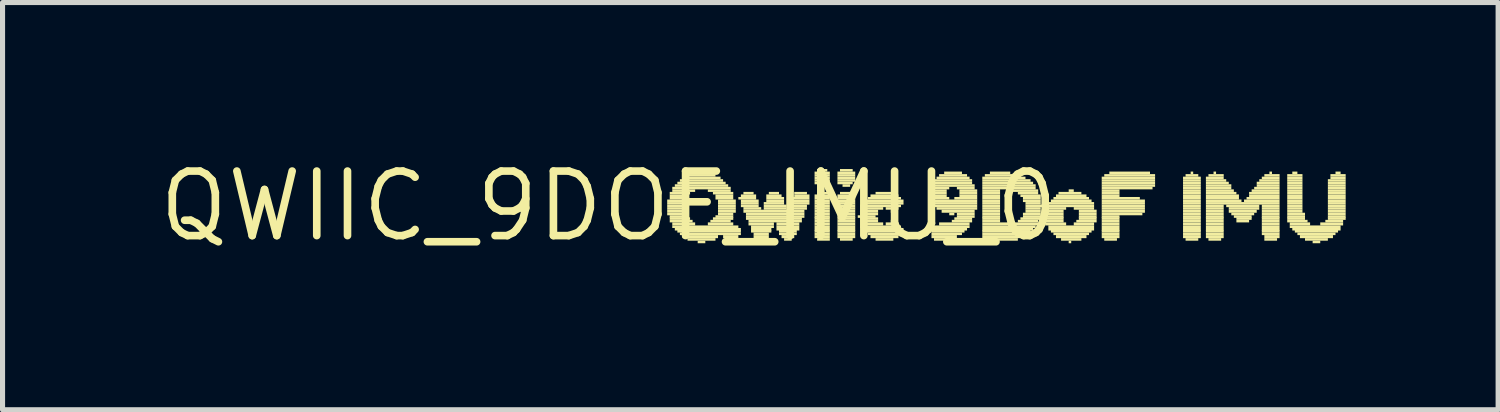
<source format=kicad_pcb>
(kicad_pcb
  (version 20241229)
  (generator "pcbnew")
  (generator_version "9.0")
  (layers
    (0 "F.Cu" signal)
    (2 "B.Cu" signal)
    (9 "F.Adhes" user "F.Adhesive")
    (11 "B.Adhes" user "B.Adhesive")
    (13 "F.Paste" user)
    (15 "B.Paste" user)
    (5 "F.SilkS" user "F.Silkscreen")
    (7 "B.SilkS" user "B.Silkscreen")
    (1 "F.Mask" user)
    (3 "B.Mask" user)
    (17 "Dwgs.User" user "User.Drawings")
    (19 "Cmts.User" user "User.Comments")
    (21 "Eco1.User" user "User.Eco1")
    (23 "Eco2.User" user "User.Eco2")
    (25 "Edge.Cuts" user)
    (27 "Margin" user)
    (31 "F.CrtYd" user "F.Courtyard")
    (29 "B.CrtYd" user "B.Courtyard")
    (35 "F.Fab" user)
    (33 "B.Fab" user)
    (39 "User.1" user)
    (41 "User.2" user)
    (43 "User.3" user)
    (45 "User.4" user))
  (footprint "QWIIC_9DOF_IMU_0"
    (layer "F.Cu")
    (at 8.928 1.006)
    (property "Reference" "QWIIC_9DOF_IMU_0" (at 0 0 0) (layer "F.SilkS") (effects (font (size 1.27 1.27) (thickness 0.15))))
    (attr through_hole)
    (fp_poly (pts (xy 1.15 -0.08) (xy 1.5 -0.08) (xy 1.5 -0.13) (xy 1.15 -0.13)) (stroke (width 0) (type solid)) (fill yes) (layer "F.SilkS"))
    (fp_poly (pts (xy 1.15 -0.03) (xy 1.5 -0.03) (xy 1.5 -0.08) (xy 1.15 -0.08)) (stroke (width 0) (type solid)) (fill yes) (layer "F.SilkS"))
    (fp_poly (pts (xy 1.15 0.02) (xy 1.5 0.02) (xy 1.5 -0.03) (xy 1.15 -0.03)) (stroke (width 0) (type solid)) (fill yes) (layer "F.SilkS"))
    (fp_poly (pts (xy 1.15 0.07) (xy 1.5 0.07) (xy 1.5 0.02) (xy 1.15 0.02)) (stroke (width 0) (type solid)) (fill yes) (layer "F.SilkS"))
    (fp_poly (pts (xy 1.15 0.13) (xy 1.5 0.13) (xy 1.5 0.07) (xy 1.15 0.07)) (stroke (width 0) (type solid)) (fill yes) (layer "F.SilkS"))
    (fp_poly (pts (xy 1.15 0.18) (xy 1.5 0.18) (xy 1.5 0.13) (xy 1.15 0.13)) (stroke (width 0) (type solid)) (fill yes) (layer "F.SilkS"))
    (fp_poly (pts (xy 1.2 -0.23) (xy 1.6 -0.23) (xy 1.6 -0.28) (xy 1.2 -0.28)) (stroke (width 0) (type solid)) (fill yes) (layer "F.SilkS"))
    (fp_poly (pts (xy 1.2 -0.18) (xy 1.55 -0.18) (xy 1.55 -0.23) (xy 1.2 -0.23)) (stroke (width 0) (type solid)) (fill yes) (layer "F.SilkS"))
    (fp_poly (pts (xy 1.2 -0.13) (xy 1.55 -0.13) (xy 1.55 -0.18) (xy 1.2 -0.18)) (stroke (width 0) (type solid)) (fill yes) (layer "F.SilkS"))
    (fp_poly (pts (xy 1.2 0.23) (xy 1.55 0.23) (xy 1.55 0.18) (xy 1.2 0.18)) (stroke (width 0) (type solid)) (fill yes) (layer "F.SilkS"))
    (fp_poly (pts (xy 1.2 0.27) (xy 1.6 0.27) (xy 1.6 0.22) (xy 1.2 0.22)) (stroke (width 0) (type solid)) (fill yes) (layer "F.SilkS"))
    (fp_poly (pts (xy 1.2 0.32) (xy 1.65 0.32) (xy 1.65 0.27) (xy 1.2 0.27)) (stroke (width 0) (type solid)) (fill yes) (layer "F.SilkS"))
    (fp_poly (pts (xy 1.25 -0.33) (xy 2.4 -0.33) (xy 2.4 -0.38) (xy 1.25 -0.38)) (stroke (width 0) (type solid)) (fill yes) (layer "F.SilkS"))
    (fp_poly (pts (xy 1.25 -0.28) (xy 1.7 -0.28) (xy 1.7 -0.33) (xy 1.25 -0.33)) (stroke (width 0) (type solid)) (fill yes) (layer "F.SilkS"))
    (fp_poly (pts (xy 1.25 0.38) (xy 1.7 0.38) (xy 1.7 0.32) (xy 1.25 0.32)) (stroke (width 0) (type solid)) (fill yes) (layer "F.SilkS"))
    (fp_poly (pts (xy 1.25 0.43) (xy 2.55 0.43) (xy 2.55 0.38) (xy 1.25 0.38)) (stroke (width 0) (type solid)) (fill yes) (layer "F.SilkS"))
    (fp_poly (pts (xy 1.3 -0.38) (xy 2.35 -0.38) (xy 2.35 -0.43) (xy 1.3 -0.43)) (stroke (width 0) (type solid)) (fill yes) (layer "F.SilkS"))
    (fp_poly (pts (xy 1.3 0.48) (xy 2.6 0.48) (xy 2.6 0.43) (xy 1.3 0.43)) (stroke (width 0) (type solid)) (fill yes) (layer "F.SilkS"))
    (fp_poly (pts (xy 1.35 -0.43) (xy 2.3 -0.43) (xy 2.3 -0.48) (xy 1.35 -0.48)) (stroke (width 0) (type solid)) (fill yes) (layer "F.SilkS"))
    (fp_poly (pts (xy 1.35 0.52) (xy 2.6 0.52) (xy 2.6 0.47) (xy 1.35 0.47)) (stroke (width 0) (type solid)) (fill yes) (layer "F.SilkS"))
    (fp_poly (pts (xy 1.4 -0.48) (xy 2.25 -0.48) (xy 2.25 -0.53) (xy 1.4 -0.53)) (stroke (width 0) (type solid)) (fill yes) (layer "F.SilkS"))
    (fp_poly (pts (xy 1.4 0.57) (xy 2.6 0.57) (xy 2.6 0.52) (xy 1.4 0.52)) (stroke (width 0) (type solid)) (fill yes) (layer "F.SilkS"))
    (fp_poly (pts (xy 1.45 -0.53) (xy 2.2 -0.53) (xy 2.2 -0.58) (xy 1.45 -0.58)) (stroke (width 0) (type solid)) (fill yes) (layer "F.SilkS"))
    (fp_poly (pts (xy 1.45 0.63) (xy 2.15 0.63) (xy 2.15 0.57) (xy 1.45 0.57)) (stroke (width 0) (type solid)) (fill yes) (layer "F.SilkS"))
    (fp_poly (pts (xy 1.55 -0.58) (xy 2.1 -0.58) (xy 2.1 -0.63) (xy 1.55 -0.63)) (stroke (width 0) (type solid)) (fill yes) (layer "F.SilkS"))
    (fp_poly (pts (xy 1.55 0.68) (xy 2.1 0.68) (xy 2.1 0.63) (xy 1.55 0.63)) (stroke (width 0) (type solid)) (fill yes) (layer "F.SilkS"))
    (fp_poly (pts (xy 1.65 -0.63) (xy 1.95 -0.63) (xy 1.95 -0.68) (xy 1.65 -0.68)) (stroke (width 0) (type solid)) (fill yes) (layer "F.SilkS"))
    (fp_poly (pts (xy 1.75 0.73) (xy 1.9 0.73) (xy 1.9 0.68) (xy 1.75 0.68)) (stroke (width 0) (type solid)) (fill yes) (layer "F.SilkS"))
    (fp_poly (pts (xy 1.95 -0.28) (xy 2.4 -0.28) (xy 2.4 -0.33) (xy 1.95 -0.33)) (stroke (width 0) (type solid)) (fill yes) (layer "F.SilkS"))
    (fp_poly (pts (xy 1.95 0.38) (xy 2.45 0.38) (xy 2.45 0.32) (xy 1.95 0.32)) (stroke (width 0) (type solid)) (fill yes) (layer "F.SilkS"))
    (fp_poly (pts (xy 2 0.32) (xy 2.4 0.32) (xy 2.4 0.27) (xy 2 0.27)) (stroke (width 0) (type solid)) (fill yes) (layer "F.SilkS"))
    (fp_poly (pts (xy 2.05 -0.23) (xy 2.45 -0.23) (xy 2.45 -0.28) (xy 2.05 -0.28)) (stroke (width 0) (type solid)) (fill yes) (layer "F.SilkS"))
    (fp_poly (pts (xy 2.05 0.27) (xy 2.45 0.27) (xy 2.45 0.22) (xy 2.05 0.22)) (stroke (width 0) (type solid)) (fill yes) (layer "F.SilkS"))
    (fp_poly (pts (xy 2.1 -0.18) (xy 2.45 -0.18) (xy 2.45 -0.23) (xy 2.1 -0.23)) (stroke (width 0) (type solid)) (fill yes) (layer "F.SilkS"))
    (fp_poly (pts (xy 2.1 -0.13) (xy 2.45 -0.13) (xy 2.45 -0.18) (xy 2.1 -0.18)) (stroke (width 0) (type solid)) (fill yes) (layer "F.SilkS"))
    (fp_poly (pts (xy 2.1 0.23) (xy 2.45 0.23) (xy 2.45 0.18) (xy 2.1 0.18)) (stroke (width 0) (type solid)) (fill yes) (layer "F.SilkS"))
    (fp_poly (pts (xy 2.15 -0.08) (xy 2.5 -0.08) (xy 2.5 -0.13) (xy 2.15 -0.13)) (stroke (width 0) (type solid)) (fill yes) (layer "F.SilkS"))
    (fp_poly (pts (xy 2.15 -0.03) (xy 2.5 -0.03) (xy 2.5 -0.08) (xy 2.15 -0.08)) (stroke (width 0) (type solid)) (fill yes) (layer "F.SilkS"))
    (fp_poly (pts (xy 2.15 0.02) (xy 2.5 0.02) (xy 2.5 -0.03) (xy 2.15 -0.03)) (stroke (width 0) (type solid)) (fill yes) (layer "F.SilkS"))
    (fp_poly (pts (xy 2.15 0.07) (xy 2.5 0.07) (xy 2.5 0.02) (xy 2.15 0.02)) (stroke (width 0) (type solid)) (fill yes) (layer "F.SilkS"))
    (fp_poly (pts (xy 2.15 0.13) (xy 2.5 0.13) (xy 2.5 0.07) (xy 2.15 0.07)) (stroke (width 0) (type solid)) (fill yes) (layer "F.SilkS"))
    (fp_poly (pts (xy 2.15 0.18) (xy 2.45 0.18) (xy 2.45 0.13) (xy 2.15 0.13)) (stroke (width 0) (type solid)) (fill yes) (layer "F.SilkS"))
    (fp_poly (pts (xy 2.25 0.63) (xy 2.55 0.63) (xy 2.55 0.57) (xy 2.25 0.57)) (stroke (width 0) (type solid)) (fill yes) (layer "F.SilkS"))
    (fp_poly (pts (xy 2.3 0.68) (xy 2.5 0.68) (xy 2.5 0.63) (xy 2.3 0.63)) (stroke (width 0) (type solid)) (fill yes) (layer "F.SilkS"))
    (fp_poly (pts (xy 2.55 -0.13) (xy 2.9 -0.13) (xy 2.9 -0.18) (xy 2.55 -0.18)) (stroke (width 0) (type solid)) (fill yes) (layer "F.SilkS"))
    (fp_poly (pts (xy 2.6 -0.18) (xy 2.9 -0.18) (xy 2.9 -0.23) (xy 2.6 -0.23)) (stroke (width 0) (type solid)) (fill yes) (layer "F.SilkS"))
    (fp_poly (pts (xy 2.6 -0.08) (xy 2.95 -0.08) (xy 2.95 -0.13) (xy 2.6 -0.13)) (stroke (width 0) (type solid)) (fill yes) (layer "F.SilkS"))
    (fp_poly (pts (xy 2.6 -0.03) (xy 2.95 -0.03) (xy 2.95 -0.08) (xy 2.6 -0.08)) (stroke (width 0) (type solid)) (fill yes) (layer "F.SilkS"))
    (fp_poly (pts (xy 2.6 0.02) (xy 2.95 0.02) (xy 2.95 -0.03) (xy 2.6 -0.03)) (stroke (width 0) (type solid)) (fill yes) (layer "F.SilkS"))
    (fp_poly (pts (xy 2.65 -0.23) (xy 2.85 -0.23) (xy 2.85 -0.28) (xy 2.65 -0.28)) (stroke (width 0) (type solid)) (fill yes) (layer "F.SilkS"))
    (fp_poly (pts (xy 2.65 0.07) (xy 3 0.07) (xy 3 0.02) (xy 2.65 0.02)) (stroke (width 0) (type solid)) (fill yes) (layer "F.SilkS"))
    (fp_poly (pts (xy 2.65 0.13) (xy 3.85 0.13) (xy 3.85 0.07) (xy 2.65 0.07)) (stroke (width 0) (type solid)) (fill yes) (layer "F.SilkS"))
    (fp_poly (pts (xy 2.7 0.18) (xy 3.85 0.18) (xy 3.85 0.13) (xy 2.7 0.13)) (stroke (width 0) (type solid)) (fill yes) (layer "F.SilkS"))
    (fp_poly (pts (xy 2.7 0.23) (xy 3.85 0.23) (xy 3.85 0.18) (xy 2.7 0.18)) (stroke (width 0) (type solid)) (fill yes) (layer "F.SilkS"))
    (fp_poly (pts (xy 2.7 0.27) (xy 3.8 0.27) (xy 3.8 0.22) (xy 2.7 0.22)) (stroke (width 0) (type solid)) (fill yes) (layer "F.SilkS"))
    (fp_poly (pts (xy 2.75 0.32) (xy 3.8 0.32) (xy 3.8 0.27) (xy 2.75 0.27)) (stroke (width 0) (type solid)) (fill yes) (layer "F.SilkS"))
    (fp_poly (pts (xy 2.75 0.38) (xy 3.25 0.38) (xy 3.25 0.32) (xy 2.75 0.32)) (stroke (width 0) (type solid)) (fill yes) (layer "F.SilkS"))
    (fp_poly (pts (xy 2.8 0.43) (xy 3.25 0.43) (xy 3.25 0.38) (xy 2.8 0.38)) (stroke (width 0) (type solid)) (fill yes) (layer "F.SilkS"))
    (fp_poly (pts (xy 2.8 0.48) (xy 3.2 0.48) (xy 3.2 0.43) (xy 2.8 0.43)) (stroke (width 0) (type solid)) (fill yes) (layer "F.SilkS"))
    (fp_poly (pts (xy 2.8 0.52) (xy 3.2 0.52) (xy 3.2 0.47) (xy 2.8 0.47)) (stroke (width 0) (type solid)) (fill yes) (layer "F.SilkS"))
    (fp_poly (pts (xy 2.85 0.57) (xy 3.15 0.57) (xy 3.15 0.52) (xy 2.85 0.52)) (stroke (width 0) (type solid)) (fill yes) (layer "F.SilkS"))
    (fp_poly (pts (xy 2.85 0.63) (xy 3.15 0.63) (xy 3.15 0.57) (xy 2.85 0.57)) (stroke (width 0) (type solid)) (fill yes) (layer "F.SilkS"))
    (fp_poly (pts (xy 2.9 0.68) (xy 3.1 0.68) (xy 3.1 0.63) (xy 2.9 0.63)) (stroke (width 0) (type solid)) (fill yes) (layer "F.SilkS"))
    (fp_poly (pts (xy 3.05 -0.03) (xy 3.45 -0.03) (xy 3.45 -0.08) (xy 3.05 -0.08)) (stroke (width 0) (type solid)) (fill yes) (layer "F.SilkS"))
    (fp_poly (pts (xy 3.05 0.02) (xy 3.5 0.02) (xy 3.5 -0.03) (xy 3.05 -0.03)) (stroke (width 0) (type solid)) (fill yes) (layer "F.SilkS"))
    (fp_poly (pts (xy 3.05 0.07) (xy 3.5 0.07) (xy 3.5 0.02) (xy 3.05 0.02)) (stroke (width 0) (type solid)) (fill yes) (layer "F.SilkS"))
    (fp_poly (pts (xy 3.1 -0.18) (xy 3.4 -0.18) (xy 3.4 -0.23) (xy 3.1 -0.23)) (stroke (width 0) (type solid)) (fill yes) (layer "F.SilkS"))
    (fp_poly (pts (xy 3.1 -0.13) (xy 3.45 -0.13) (xy 3.45 -0.18) (xy 3.1 -0.18)) (stroke (width 0) (type solid)) (fill yes) (layer "F.SilkS"))
    (fp_poly (pts (xy 3.1 -0.08) (xy 3.45 -0.08) (xy 3.45 -0.13) (xy 3.1 -0.13)) (stroke (width 0) (type solid)) (fill yes) (layer "F.SilkS"))
    (fp_poly (pts (xy 3.15 -0.23) (xy 3.35 -0.23) (xy 3.35 -0.28) (xy 3.15 -0.28)) (stroke (width 0) (type solid)) (fill yes) (layer "F.SilkS"))
    (fp_poly (pts (xy 3.3 0.38) (xy 3.75 0.38) (xy 3.75 0.32) (xy 3.3 0.32)) (stroke (width 0) (type solid)) (fill yes) (layer "F.SilkS"))
    (fp_poly (pts (xy 3.3 0.43) (xy 3.75 0.43) (xy 3.75 0.38) (xy 3.3 0.38)) (stroke (width 0) (type solid)) (fill yes) (layer "F.SilkS"))
    (fp_poly (pts (xy 3.3 0.48) (xy 3.75 0.48) (xy 3.75 0.43) (xy 3.3 0.43)) (stroke (width 0) (type solid)) (fill yes) (layer "F.SilkS"))
    (fp_poly (pts (xy 3.35 0.52) (xy 3.7 0.52) (xy 3.7 0.47) (xy 3.35 0.47)) (stroke (width 0) (type solid)) (fill yes) (layer "F.SilkS"))
    (fp_poly (pts (xy 3.35 0.57) (xy 3.7 0.57) (xy 3.7 0.52) (xy 3.35 0.52)) (stroke (width 0) (type solid)) (fill yes) (layer "F.SilkS"))
    (fp_poly (pts (xy 3.4 0.63) (xy 3.65 0.63) (xy 3.65 0.57) (xy 3.4 0.57)) (stroke (width 0) (type solid)) (fill yes) (layer "F.SilkS"))
    (fp_poly (pts (xy 3.45 0.68) (xy 3.6 0.68) (xy 3.6 0.63) (xy 3.45 0.63)) (stroke (width 0) (type solid)) (fill yes) (layer "F.SilkS"))
    (fp_poly (pts (xy 3.55 0.02) (xy 3.9 0.02) (xy 3.9 -0.03) (xy 3.55 -0.03)) (stroke (width 0) (type solid)) (fill yes) (layer "F.SilkS"))
    (fp_poly (pts (xy 3.55 0.07) (xy 3.9 0.07) (xy 3.9 0.02) (xy 3.55 0.02)) (stroke (width 0) (type solid)) (fill yes) (layer "F.SilkS"))
    (fp_poly (pts (xy 3.6 -0.13) (xy 3.95 -0.13) (xy 3.95 -0.18) (xy 3.6 -0.18)) (stroke (width 0) (type solid)) (fill yes) (layer "F.SilkS"))
    (fp_poly (pts (xy 3.6 -0.08) (xy 3.95 -0.08) (xy 3.95 -0.13) (xy 3.6 -0.13)) (stroke (width 0) (type solid)) (fill yes) (layer "F.SilkS"))
    (fp_poly (pts (xy 3.6 -0.03) (xy 3.95 -0.03) (xy 3.95 -0.08) (xy 3.6 -0.08)) (stroke (width 0) (type solid)) (fill yes) (layer "F.SilkS"))
    (fp_poly (pts (xy 3.65 -0.23) (xy 3.9 -0.23) (xy 3.9 -0.28) (xy 3.65 -0.28)) (stroke (width 0) (type solid)) (fill yes) (layer "F.SilkS"))
    (fp_poly (pts (xy 3.65 -0.18) (xy 3.95 -0.18) (xy 3.95 -0.23) (xy 3.65 -0.23)) (stroke (width 0) (type solid)) (fill yes) (layer "F.SilkS"))
    (fp_poly (pts (xy 4.05 -0.63) (xy 4.35 -0.63) (xy 4.35 -0.68) (xy 4.05 -0.68)) (stroke (width 0) (type solid)) (fill yes) (layer "F.SilkS"))
    (fp_poly (pts (xy 4.05 -0.58) (xy 4.35 -0.58) (xy 4.35 -0.63) (xy 4.05 -0.63)) (stroke (width 0) (type solid)) (fill yes) (layer "F.SilkS"))
    (fp_poly (pts (xy 4.05 -0.53) (xy 4.35 -0.53) (xy 4.35 -0.58) (xy 4.05 -0.58)) (stroke (width 0) (type solid)) (fill yes) (layer "F.SilkS"))
    (fp_poly (pts (xy 4.05 -0.48) (xy 4.35 -0.48) (xy 4.35 -0.53) (xy 4.05 -0.53)) (stroke (width 0) (type solid)) (fill yes) (layer "F.SilkS"))
    (fp_poly (pts (xy 4.05 -0.43) (xy 4.35 -0.43) (xy 4.35 -0.48) (xy 4.05 -0.48)) (stroke (width 0) (type solid)) (fill yes) (layer "F.SilkS"))
    (fp_poly (pts (xy 4.05 -0.18) (xy 4.35 -0.18) (xy 4.35 -0.23) (xy 4.05 -0.23)) (stroke (width 0) (type solid)) (fill yes) (layer "F.SilkS"))
    (fp_poly (pts (xy 4.05 -0.13) (xy 4.35 -0.13) (xy 4.35 -0.18) (xy 4.05 -0.18)) (stroke (width 0) (type solid)) (fill yes) (layer "F.SilkS"))
    (fp_poly (pts (xy 4.05 -0.08) (xy 4.35 -0.08) (xy 4.35 -0.13) (xy 4.05 -0.13)) (stroke (width 0) (type solid)) (fill yes) (layer "F.SilkS"))
    (fp_poly (pts (xy 4.05 -0.03) (xy 4.35 -0.03) (xy 4.35 -0.08) (xy 4.05 -0.08)) (stroke (width 0) (type solid)) (fill yes) (layer "F.SilkS"))
    (fp_poly (pts (xy 4.05 0.02) (xy 4.35 0.02) (xy 4.35 -0.03) (xy 4.05 -0.03)) (stroke (width 0) (type solid)) (fill yes) (layer "F.SilkS"))
    (fp_poly (pts (xy 4.05 0.07) (xy 4.35 0.07) (xy 4.35 0.02) (xy 4.05 0.02)) (stroke (width 0) (type solid)) (fill yes) (layer "F.SilkS"))
    (fp_poly (pts (xy 4.05 0.13) (xy 4.35 0.13) (xy 4.35 0.07) (xy 4.05 0.07)) (stroke (width 0) (type solid)) (fill yes) (layer "F.SilkS"))
    (fp_poly (pts (xy 4.05 0.18) (xy 4.35 0.18) (xy 4.35 0.13) (xy 4.05 0.13)) (stroke (width 0) (type solid)) (fill yes) (layer "F.SilkS"))
    (fp_poly (pts (xy 4.05 0.23) (xy 4.35 0.23) (xy 4.35 0.18) (xy 4.05 0.18)) (stroke (width 0) (type solid)) (fill yes) (layer "F.SilkS"))
    (fp_poly (pts (xy 4.05 0.27) (xy 4.35 0.27) (xy 4.35 0.22) (xy 4.05 0.22)) (stroke (width 0) (type solid)) (fill yes) (layer "F.SilkS"))
    (fp_poly (pts (xy 4.05 0.32) (xy 4.35 0.32) (xy 4.35 0.27) (xy 4.05 0.27)) (stroke (width 0) (type solid)) (fill yes) (layer "F.SilkS"))
    (fp_poly (pts (xy 4.05 0.38) (xy 4.35 0.38) (xy 4.35 0.32) (xy 4.05 0.32)) (stroke (width 0) (type solid)) (fill yes) (layer "F.SilkS"))
    (fp_poly (pts (xy 4.05 0.43) (xy 4.35 0.43) (xy 4.35 0.38) (xy 4.05 0.38)) (stroke (width 0) (type solid)) (fill yes) (layer "F.SilkS"))
    (fp_poly (pts (xy 4.05 0.48) (xy 4.35 0.48) (xy 4.35 0.43) (xy 4.05 0.43)) (stroke (width 0) (type solid)) (fill yes) (layer "F.SilkS"))
    (fp_poly (pts (xy 4.05 0.52) (xy 4.35 0.52) (xy 4.35 0.47) (xy 4.05 0.47)) (stroke (width 0) (type solid)) (fill yes) (layer "F.SilkS"))
    (fp_poly (pts (xy 4.05 0.57) (xy 4.35 0.57) (xy 4.35 0.52) (xy 4.05 0.52)) (stroke (width 0) (type solid)) (fill yes) (layer "F.SilkS"))
    (fp_poly (pts (xy 4.05 0.63) (xy 4.35 0.63) (xy 4.35 0.57) (xy 4.05 0.57)) (stroke (width 0) (type solid)) (fill yes) (layer "F.SilkS"))
    (fp_poly (pts (xy 4.1 -0.68) (xy 4.3 -0.68) (xy 4.3 -0.73) (xy 4.1 -0.73)) (stroke (width 0) (type solid)) (fill yes) (layer "F.SilkS"))
    (fp_poly (pts (xy 4.1 -0.23) (xy 4.35 -0.23) (xy 4.35 -0.28) (xy 4.1 -0.28)) (stroke (width 0) (type solid)) (fill yes) (layer "F.SilkS"))
    (fp_poly (pts (xy 4.1 0.68) (xy 4.35 0.68) (xy 4.35 0.63) (xy 4.1 0.63)) (stroke (width 0) (type solid)) (fill yes) (layer "F.SilkS"))
    (fp_poly (pts (xy 4.15 -0.38) (xy 4.25 -0.38) (xy 4.25 -0.43) (xy 4.15 -0.43)) (stroke (width 0) (type solid)) (fill yes) (layer "F.SilkS"))
    (fp_poly (pts (xy 4.5 -0.63) (xy 4.85 -0.63) (xy 4.85 -0.68) (xy 4.5 -0.68)) (stroke (width 0) (type solid)) (fill yes) (layer "F.SilkS"))
    (fp_poly (pts (xy 4.5 -0.58) (xy 4.85 -0.58) (xy 4.85 -0.63) (xy 4.5 -0.63)) (stroke (width 0) (type solid)) (fill yes) (layer "F.SilkS"))
    (fp_poly (pts (xy 4.5 -0.53) (xy 4.85 -0.53) (xy 4.85 -0.58) (xy 4.5 -0.58)) (stroke (width 0) (type solid)) (fill yes) (layer "F.SilkS"))
    (fp_poly (pts (xy 4.5 -0.48) (xy 4.85 -0.48) (xy 4.85 -0.53) (xy 4.5 -0.53)) (stroke (width 0) (type solid)) (fill yes) (layer "F.SilkS"))
    (fp_poly (pts (xy 4.5 -0.43) (xy 4.8 -0.43) (xy 4.8 -0.48) (xy 4.5 -0.48)) (stroke (width 0) (type solid)) (fill yes) (layer "F.SilkS"))
    (fp_poly (pts (xy 4.5 -0.18) (xy 4.85 -0.18) (xy 4.85 -0.23) (xy 4.5 -0.23)) (stroke (width 0) (type solid)) (fill yes) (layer "F.SilkS"))
    (fp_poly (pts (xy 4.5 -0.13) (xy 4.85 -0.13) (xy 4.85 -0.18) (xy 4.5 -0.18)) (stroke (width 0) (type solid)) (fill yes) (layer "F.SilkS"))
    (fp_poly (pts (xy 4.5 -0.08) (xy 4.85 -0.08) (xy 4.85 -0.13) (xy 4.5 -0.13)) (stroke (width 0) (type solid)) (fill yes) (layer "F.SilkS"))
    (fp_poly (pts (xy 4.5 -0.03) (xy 4.85 -0.03) (xy 4.85 -0.08) (xy 4.5 -0.08)) (stroke (width 0) (type solid)) (fill yes) (layer "F.SilkS"))
    (fp_poly (pts (xy 4.5 0.02) (xy 4.85 0.02) (xy 4.85 -0.03) (xy 4.5 -0.03)) (stroke (width 0) (type solid)) (fill yes) (layer "F.SilkS"))
    (fp_poly (pts (xy 4.5 0.07) (xy 4.85 0.07) (xy 4.85 0.02) (xy 4.5 0.02)) (stroke (width 0) (type solid)) (fill yes) (layer "F.SilkS"))
    (fp_poly (pts (xy 4.5 0.13) (xy 4.85 0.13) (xy 4.85 0.07) (xy 4.5 0.07)) (stroke (width 0) (type solid)) (fill yes) (layer "F.SilkS"))
    (fp_poly (pts (xy 4.5 0.18) (xy 4.85 0.18) (xy 4.85 0.13) (xy 4.5 0.13)) (stroke (width 0) (type solid)) (fill yes) (layer "F.SilkS"))
    (fp_poly (pts (xy 4.5 0.23) (xy 4.85 0.23) (xy 4.85 0.18) (xy 4.5 0.18)) (stroke (width 0) (type solid)) (fill yes) (layer "F.SilkS"))
    (fp_poly (pts (xy 4.5 0.27) (xy 4.85 0.27) (xy 4.85 0.22) (xy 4.5 0.22)) (stroke (width 0) (type solid)) (fill yes) (layer "F.SilkS"))
    (fp_poly (pts (xy 4.5 0.32) (xy 4.85 0.32) (xy 4.85 0.27) (xy 4.5 0.27)) (stroke (width 0) (type solid)) (fill yes) (layer "F.SilkS"))
    (fp_poly (pts (xy 4.5 0.38) (xy 4.85 0.38) (xy 4.85 0.32) (xy 4.5 0.32)) (stroke (width 0) (type solid)) (fill yes) (layer "F.SilkS"))
    (fp_poly (pts (xy 4.5 0.43) (xy 4.85 0.43) (xy 4.85 0.38) (xy 4.5 0.38)) (stroke (width 0) (type solid)) (fill yes) (layer "F.SilkS"))
    (fp_poly (pts (xy 4.5 0.48) (xy 4.85 0.48) (xy 4.85 0.43) (xy 4.5 0.43)) (stroke (width 0) (type solid)) (fill yes) (layer "F.SilkS"))
    (fp_poly (pts (xy 4.5 0.52) (xy 4.85 0.52) (xy 4.85 0.47) (xy 4.5 0.47)) (stroke (width 0) (type solid)) (fill yes) (layer "F.SilkS"))
    (fp_poly (pts (xy 4.5 0.57) (xy 4.85 0.57) (xy 4.85 0.52) (xy 4.5 0.52)) (stroke (width 0) (type solid)) (fill yes) (layer "F.SilkS"))
    (fp_poly (pts (xy 4.5 0.63) (xy 4.85 0.63) (xy 4.85 0.57) (xy 4.5 0.57)) (stroke (width 0) (type solid)) (fill yes) (layer "F.SilkS"))
    (fp_poly (pts (xy 4.55 -0.68) (xy 4.8 -0.68) (xy 4.8 -0.73) (xy 4.55 -0.73)) (stroke (width 0) (type solid)) (fill yes) (layer "F.SilkS"))
    (fp_poly (pts (xy 4.55 -0.23) (xy 4.8 -0.23) (xy 4.8 -0.28) (xy 4.55 -0.28)) (stroke (width 0) (type solid)) (fill yes) (layer "F.SilkS"))
    (fp_poly (pts (xy 4.55 0.68) (xy 4.8 0.68) (xy 4.8 0.63) (xy 4.55 0.63)) (stroke (width 0) (type solid)) (fill yes) (layer "F.SilkS"))
    (fp_poly (pts (xy 4.6 -0.38) (xy 4.75 -0.38) (xy 4.75 -0.43) (xy 4.6 -0.43)) (stroke (width 0) (type solid)) (fill yes) (layer "F.SilkS"))
    (fp_poly (pts (xy 4.9 0.23) (xy 5.25 0.23) (xy 5.25 0.18) (xy 4.9 0.18)) (stroke (width 0) (type solid)) (fill yes) (layer "F.SilkS"))
    (fp_poly (pts (xy 4.95 0.02) (xy 5.75 0.02) (xy 5.75 -0.03) (xy 4.95 -0.03)) (stroke (width 0) (type solid)) (fill yes) (layer "F.SilkS"))
    (fp_poly (pts (xy 4.95 0.07) (xy 5.4 0.07) (xy 5.4 0.02) (xy 4.95 0.02)) (stroke (width 0) (type solid)) (fill yes) (layer "F.SilkS"))
    (fp_poly (pts (xy 4.95 0.13) (xy 5.3 0.13) (xy 5.3 0.07) (xy 4.95 0.07)) (stroke (width 0) (type solid)) (fill yes) (layer "F.SilkS"))
    (fp_poly (pts (xy 4.95 0.18) (xy 5.3 0.18) (xy 5.3 0.13) (xy 4.95 0.13)) (stroke (width 0) (type solid)) (fill yes) (layer "F.SilkS"))
    (fp_poly (pts (xy 4.95 0.27) (xy 5.3 0.27) (xy 5.3 0.22) (xy 4.95 0.22)) (stroke (width 0) (type solid)) (fill yes) (layer "F.SilkS"))
    (fp_poly (pts (xy 4.95 0.32) (xy 5.3 0.32) (xy 5.3 0.27) (xy 4.95 0.27)) (stroke (width 0) (type solid)) (fill yes) (layer "F.SilkS"))
    (fp_poly (pts (xy 4.95 0.38) (xy 5.4 0.38) (xy 5.4 0.32) (xy 4.95 0.32)) (stroke (width 0) (type solid)) (fill yes) (layer "F.SilkS"))
    (fp_poly (pts (xy 4.95 0.43) (xy 5.75 0.43) (xy 5.75 0.38) (xy 4.95 0.38)) (stroke (width 0) (type solid)) (fill yes) (layer "F.SilkS"))
    (fp_poly (pts (xy 5 -0.03) (xy 5.8 -0.03) (xy 5.8 -0.08) (xy 5 -0.08)) (stroke (width 0) (type solid)) (fill yes) (layer "F.SilkS"))
    (fp_poly (pts (xy 5 0.48) (xy 5.8 0.48) (xy 5.8 0.43) (xy 5 0.43)) (stroke (width 0) (type solid)) (fill yes) (layer "F.SilkS"))
    (fp_poly (pts (xy 5.05 -0.08) (xy 5.8 -0.08) (xy 5.8 -0.13) (xy 5.05 -0.13)) (stroke (width 0) (type solid)) (fill yes) (layer "F.SilkS"))
    (fp_poly (pts (xy 5.05 0.52) (xy 5.8 0.52) (xy 5.8 0.47) (xy 5.05 0.47)) (stroke (width 0) (type solid)) (fill yes) (layer "F.SilkS"))
    (fp_poly (pts (xy 5.1 -0.13) (xy 5.75 -0.13) (xy 5.75 -0.18) (xy 5.1 -0.18)) (stroke (width 0) (type solid)) (fill yes) (layer "F.SilkS"))
    (fp_poly (pts (xy 5.1 0.57) (xy 5.75 0.57) (xy 5.75 0.52) (xy 5.1 0.52)) (stroke (width 0) (type solid)) (fill yes) (layer "F.SilkS"))
    (fp_poly (pts (xy 5.15 -0.18) (xy 5.7 -0.18) (xy 5.7 -0.23) (xy 5.15 -0.23)) (stroke (width 0) (type solid)) (fill yes) (layer "F.SilkS"))
    (fp_poly (pts (xy 5.15 0.63) (xy 5.7 0.63) (xy 5.7 0.57) (xy 5.15 0.57)) (stroke (width 0) (type solid)) (fill yes) (layer "F.SilkS"))
    (fp_poly (pts (xy 5.25 -0.23) (xy 5.6 -0.23) (xy 5.6 -0.28) (xy 5.25 -0.28)) (stroke (width 0) (type solid)) (fill yes) (layer "F.SilkS"))
    (fp_poly (pts (xy 5.25 0.68) (xy 5.6 0.68) (xy 5.6 0.63) (xy 5.25 0.63)) (stroke (width 0) (type solid)) (fill yes) (layer "F.SilkS"))
    (fp_poly (pts (xy 5.45 0.07) (xy 5.7 0.07) (xy 5.7 0.02) (xy 5.45 0.02)) (stroke (width 0) (type solid)) (fill yes) (layer "F.SilkS"))
    (fp_poly (pts (xy 5.45 0.38) (xy 5.7 0.38) (xy 5.7 0.32) (xy 5.45 0.32)) (stroke (width 0) (type solid)) (fill yes) (layer "F.SilkS"))
    (fp_poly (pts (xy 5.55 0.13) (xy 5.65 0.13) (xy 5.65 0.07) (xy 5.55 0.07)) (stroke (width 0) (type solid)) (fill yes) (layer "F.SilkS"))
    (fp_poly (pts (xy 5.55 0.32) (xy 5.65 0.32) (xy 5.65 0.27) (xy 5.55 0.27)) (stroke (width 0) (type solid)) (fill yes) (layer "F.SilkS"))
    (fp_poly (pts (xy 6.3 -0.28) (xy 6.65 -0.28) (xy 6.65 -0.33) (xy 6.3 -0.33)) (stroke (width 0) (type solid)) (fill yes) (layer "F.SilkS"))
    (fp_poly (pts (xy 6.3 -0.23) (xy 6.65 -0.23) (xy 6.65 -0.28) (xy 6.3 -0.28)) (stroke (width 0) (type solid)) (fill yes) (layer "F.SilkS"))
    (fp_poly (pts (xy 6.3 -0.18) (xy 6.65 -0.18) (xy 6.65 -0.23) (xy 6.3 -0.23)) (stroke (width 0) (type solid)) (fill yes) (layer "F.SilkS"))
    (fp_poly (pts (xy 6.3 -0.13) (xy 6.7 -0.13) (xy 6.7 -0.18) (xy 6.3 -0.18)) (stroke (width 0) (type solid)) (fill yes) (layer "F.SilkS"))
    (fp_poly (pts (xy 6.35 -0.43) (xy 7.15 -0.43) (xy 7.15 -0.48) (xy 6.35 -0.48)) (stroke (width 0) (type solid)) (fill yes) (layer "F.SilkS"))
    (fp_poly (pts (xy 6.35 -0.38) (xy 7.2 -0.38) (xy 7.2 -0.43) (xy 6.35 -0.43)) (stroke (width 0) (type solid)) (fill yes) (layer "F.SilkS"))
    (fp_poly (pts (xy 6.35 -0.33) (xy 6.7 -0.33) (xy 6.7 -0.38) (xy 6.35 -0.38)) (stroke (width 0) (type solid)) (fill yes) (layer "F.SilkS"))
    (fp_poly (pts (xy 6.35 -0.08) (xy 7.25 -0.08) (xy 7.25 -0.13) (xy 6.35 -0.13)) (stroke (width 0) (type solid)) (fill yes) (layer "F.SilkS"))
    (fp_poly (pts (xy 6.35 -0.03) (xy 7.25 -0.03) (xy 7.25 -0.08) (xy 6.35 -0.08)) (stroke (width 0) (type solid)) (fill yes) (layer "F.SilkS"))
    (fp_poly (pts (xy 6.35 0.43) (xy 7.1 0.43) (xy 7.1 0.38) (xy 6.35 0.38)) (stroke (width 0) (type solid)) (fill yes) (layer "F.SilkS"))
    (fp_poly (pts (xy 6.35 0.48) (xy 7.05 0.48) (xy 7.05 0.43) (xy 6.35 0.43)) (stroke (width 0) (type solid)) (fill yes) (layer "F.SilkS"))
    (fp_poly (pts (xy 6.35 0.52) (xy 7 0.52) (xy 7 0.47) (xy 6.35 0.47)) (stroke (width 0) (type solid)) (fill yes) (layer "F.SilkS"))
    (fp_poly (pts (xy 6.35 0.57) (xy 6.95 0.57) (xy 6.95 0.52) (xy 6.35 0.52)) (stroke (width 0) (type solid)) (fill yes) (layer "F.SilkS"))
    (fp_poly (pts (xy 6.35 0.63) (xy 6.85 0.63) (xy 6.85 0.57) (xy 6.35 0.57)) (stroke (width 0) (type solid)) (fill yes) (layer "F.SilkS"))
    (fp_poly (pts (xy 6.4 -0.48) (xy 7.15 -0.48) (xy 7.15 -0.53) (xy 6.4 -0.53)) (stroke (width 0) (type solid)) (fill yes) (layer "F.SilkS"))
    (fp_poly (pts (xy 6.4 0.02) (xy 7.25 0.02) (xy 7.25 -0.03) (xy 6.4 -0.03)) (stroke (width 0) (type solid)) (fill yes) (layer "F.SilkS"))
    (fp_poly (pts (xy 6.4 0.68) (xy 6.75 0.68) (xy 6.75 0.63) (xy 6.4 0.63)) (stroke (width 0) (type solid)) (fill yes) (layer "F.SilkS"))
    (fp_poly (pts (xy 6.45 -0.53) (xy 7.1 -0.53) (xy 7.1 -0.58) (xy 6.45 -0.58)) (stroke (width 0) (type solid)) (fill yes) (layer "F.SilkS"))
    (fp_poly (pts (xy 6.45 0.07) (xy 7.25 0.07) (xy 7.25 0.02) (xy 6.45 0.02)) (stroke (width 0) (type solid)) (fill yes) (layer "F.SilkS"))
    (fp_poly (pts (xy 6.5 -0.58) (xy 7.05 -0.58) (xy 7.05 -0.63) (xy 6.5 -0.63)) (stroke (width 0) (type solid)) (fill yes) (layer "F.SilkS"))
    (fp_poly (pts (xy 6.5 0.38) (xy 7.1 0.38) (xy 7.1 0.32) (xy 6.5 0.32)) (stroke (width 0) (type solid)) (fill yes) (layer "F.SilkS"))
    (fp_poly (pts (xy 6.55 0.13) (xy 7.2 0.13) (xy 7.2 0.07) (xy 6.55 0.07)) (stroke (width 0) (type solid)) (fill yes) (layer "F.SilkS"))
    (fp_poly (pts (xy 6.6 -0.63) (xy 6.95 -0.63) (xy 6.95 -0.68) (xy 6.6 -0.68)) (stroke (width 0) (type solid)) (fill yes) (layer "F.SilkS"))
    (fp_poly (pts (xy 6.7 0.18) (xy 6.8 0.18) (xy 6.8 0.13) (xy 6.7 0.13)) (stroke (width 0) (type solid)) (fill yes) (layer "F.SilkS"))
    (fp_poly (pts (xy 6.75 0.32) (xy 7.15 0.32) (xy 7.15 0.27) (xy 6.75 0.27)) (stroke (width 0) (type solid)) (fill yes) (layer "F.SilkS"))
    (fp_poly (pts (xy 6.8 -0.13) (xy 7.25 -0.13) (xy 7.25 -0.18) (xy 6.8 -0.18)) (stroke (width 0) (type solid)) (fill yes) (layer "F.SilkS"))
    (fp_poly (pts (xy 6.8 0.27) (xy 7.15 0.27) (xy 7.15 0.22) (xy 6.8 0.22)) (stroke (width 0) (type solid)) (fill yes) (layer "F.SilkS"))
    (fp_poly (pts (xy 6.85 -0.33) (xy 7.2 -0.33) (xy 7.2 -0.38) (xy 6.85 -0.38)) (stroke (width 0) (type solid)) (fill yes) (layer "F.SilkS"))
    (fp_poly (pts (xy 6.85 0.18) (xy 7.2 0.18) (xy 7.2 0.13) (xy 6.85 0.13)) (stroke (width 0) (type solid)) (fill yes) (layer "F.SilkS"))
    (fp_poly (pts (xy 6.85 0.23) (xy 7.2 0.23) (xy 7.2 0.18) (xy 6.85 0.18)) (stroke (width 0) (type solid)) (fill yes) (layer "F.SilkS"))
    (fp_poly (pts (xy 6.9 -0.28) (xy 7.25 -0.28) (xy 7.25 -0.33) (xy 6.9 -0.33)) (stroke (width 0) (type solid)) (fill yes) (layer "F.SilkS"))
    (fp_poly (pts (xy 6.9 -0.23) (xy 7.25 -0.23) (xy 7.25 -0.28) (xy 6.9 -0.28)) (stroke (width 0) (type solid)) (fill yes) (layer "F.SilkS"))
    (fp_poly (pts (xy 6.9 -0.18) (xy 7.25 -0.18) (xy 7.25 -0.23) (xy 6.9 -0.23)) (stroke (width 0) (type solid)) (fill yes) (layer "F.SilkS"))
    (fp_poly (pts (xy 7.35 -0.53) (xy 8.2 -0.53) (xy 8.2 -0.58) (xy 7.35 -0.58)) (stroke (width 0) (type solid)) (fill yes) (layer "F.SilkS"))
    (fp_poly (pts (xy 7.35 -0.48) (xy 8.3 -0.48) (xy 8.3 -0.53) (xy 7.35 -0.53)) (stroke (width 0) (type solid)) (fill yes) (layer "F.SilkS"))
    (fp_poly (pts (xy 7.35 -0.43) (xy 8.35 -0.43) (xy 8.35 -0.48) (xy 7.35 -0.48)) (stroke (width 0) (type solid)) (fill yes) (layer "F.SilkS"))
    (fp_poly (pts (xy 7.35 -0.38) (xy 8.4 -0.38) (xy 8.4 -0.43) (xy 7.35 -0.43)) (stroke (width 0) (type solid)) (fill yes) (layer "F.SilkS"))
    (fp_poly (pts (xy 7.35 -0.33) (xy 8.4 -0.33) (xy 8.4 -0.38) (xy 7.35 -0.38)) (stroke (width 0) (type solid)) (fill yes) (layer "F.SilkS"))
    (fp_poly (pts (xy 7.35 -0.28) (xy 7.7 -0.28) (xy 7.7 -0.33) (xy 7.35 -0.33)) (stroke (width 0) (type solid)) (fill yes) (layer "F.SilkS"))
    (fp_poly (pts (xy 7.35 -0.23) (xy 7.7 -0.23) (xy 7.7 -0.28) (xy 7.35 -0.28)) (stroke (width 0) (type solid)) (fill yes) (layer "F.SilkS"))
    (fp_poly (pts (xy 7.35 -0.18) (xy 7.7 -0.18) (xy 7.7 -0.23) (xy 7.35 -0.23)) (stroke (width 0) (type solid)) (fill yes) (layer "F.SilkS"))
    (fp_poly (pts (xy 7.35 -0.13) (xy 7.7 -0.13) (xy 7.7 -0.18) (xy 7.35 -0.18)) (stroke (width 0) (type solid)) (fill yes) (layer "F.SilkS"))
    (fp_poly (pts (xy 7.35 -0.08) (xy 7.7 -0.08) (xy 7.7 -0.13) (xy 7.35 -0.13)) (stroke (width 0) (type solid)) (fill yes) (layer "F.SilkS"))
    (fp_poly (pts (xy 7.35 -0.03) (xy 7.7 -0.03) (xy 7.7 -0.08) (xy 7.35 -0.08)) (stroke (width 0) (type solid)) (fill yes) (layer "F.SilkS"))
    (fp_poly (pts (xy 7.35 0.02) (xy 7.7 0.02) (xy 7.7 -0.03) (xy 7.35 -0.03)) (stroke (width 0) (type solid)) (fill yes) (layer "F.SilkS"))
    (fp_poly (pts (xy 7.35 0.07) (xy 7.7 0.07) (xy 7.7 0.02) (xy 7.35 0.02)) (stroke (width 0) (type solid)) (fill yes) (layer "F.SilkS"))
    (fp_poly (pts (xy 7.35 0.13) (xy 7.7 0.13) (xy 7.7 0.07) (xy 7.35 0.07)) (stroke (width 0) (type solid)) (fill yes) (layer "F.SilkS"))
    (fp_poly (pts (xy 7.35 0.18) (xy 7.7 0.18) (xy 7.7 0.13) (xy 7.35 0.13)) (stroke (width 0) (type solid)) (fill yes) (layer "F.SilkS"))
    (fp_poly (pts (xy 7.35 0.23) (xy 7.7 0.23) (xy 7.7 0.18) (xy 7.35 0.18)) (stroke (width 0) (type solid)) (fill yes) (layer "F.SilkS"))
    (fp_poly (pts (xy 7.35 0.27) (xy 7.7 0.27) (xy 7.7 0.22) (xy 7.35 0.22)) (stroke (width 0) (type solid)) (fill yes) (layer "F.SilkS"))
    (fp_poly (pts (xy 7.35 0.32) (xy 7.7 0.32) (xy 7.7 0.27) (xy 7.35 0.27)) (stroke (width 0) (type solid)) (fill yes) (layer "F.SilkS"))
    (fp_poly (pts (xy 7.35 0.38) (xy 8.45 0.38) (xy 8.45 0.32) (xy 7.35 0.32)) (stroke (width 0) (type solid)) (fill yes) (layer "F.SilkS"))
    (fp_poly (pts (xy 7.35 0.43) (xy 8.4 0.43) (xy 8.4 0.38) (xy 7.35 0.38)) (stroke (width 0) (type solid)) (fill yes) (layer "F.SilkS"))
    (fp_poly (pts (xy 7.35 0.48) (xy 8.35 0.48) (xy 8.35 0.43) (xy 7.35 0.43)) (stroke (width 0) (type solid)) (fill yes) (layer "F.SilkS"))
    (fp_poly (pts (xy 7.35 0.52) (xy 8.3 0.52) (xy 8.3 0.47) (xy 7.35 0.47)) (stroke (width 0) (type solid)) (fill yes) (layer "F.SilkS"))
    (fp_poly (pts (xy 7.35 0.57) (xy 8.25 0.57) (xy 8.25 0.52) (xy 7.35 0.52)) (stroke (width 0) (type solid)) (fill yes) (layer "F.SilkS"))
    (fp_poly (pts (xy 7.35 0.63) (xy 8.15 0.63) (xy 8.15 0.57) (xy 7.35 0.57)) (stroke (width 0) (type solid)) (fill yes) (layer "F.SilkS"))
    (fp_poly (pts (xy 7.4 -0.58) (xy 8.1 -0.58) (xy 8.1 -0.63) (xy 7.4 -0.63)) (stroke (width 0) (type solid)) (fill yes) (layer "F.SilkS"))
    (fp_poly (pts (xy 7.4 0.68) (xy 8.05 0.68) (xy 8.05 0.63) (xy 7.4 0.63)) (stroke (width 0) (type solid)) (fill yes) (layer "F.SilkS"))
    (fp_poly (pts (xy 7.5 -0.63) (xy 7.9 -0.63) (xy 7.9 -0.68) (xy 7.5 -0.68)) (stroke (width 0) (type solid)) (fill yes) (layer "F.SilkS"))
    (fp_poly (pts (xy 7.95 -0.28) (xy 8.45 -0.28) (xy 8.45 -0.33) (xy 7.95 -0.33)) (stroke (width 0) (type solid)) (fill yes) (layer "F.SilkS"))
    (fp_poly (pts (xy 8.05 -0.23) (xy 8.45 -0.23) (xy 8.45 -0.28) (xy 8.05 -0.28)) (stroke (width 0) (type solid)) (fill yes) (layer "F.SilkS"))
    (fp_poly (pts (xy 8.05 0.32) (xy 8.45 0.32) (xy 8.45 0.27) (xy 8.05 0.27)) (stroke (width 0) (type solid)) (fill yes) (layer "F.SilkS"))
    (fp_poly (pts (xy 8.1 -0.18) (xy 8.5 -0.18) (xy 8.5 -0.23) (xy 8.1 -0.23)) (stroke (width 0) (type solid)) (fill yes) (layer "F.SilkS"))
    (fp_poly (pts (xy 8.1 0.27) (xy 8.5 0.27) (xy 8.5 0.22) (xy 8.1 0.22)) (stroke (width 0) (type solid)) (fill yes) (layer "F.SilkS"))
    (fp_poly (pts (xy 8.15 -0.13) (xy 8.5 -0.13) (xy 8.5 -0.18) (xy 8.15 -0.18)) (stroke (width 0) (type solid)) (fill yes) (layer "F.SilkS"))
    (fp_poly (pts (xy 8.15 -0.08) (xy 8.5 -0.08) (xy 8.5 -0.13) (xy 8.15 -0.13)) (stroke (width 0) (type solid)) (fill yes) (layer "F.SilkS"))
    (fp_poly (pts (xy 8.15 0.18) (xy 8.5 0.18) (xy 8.5 0.13) (xy 8.15 0.13)) (stroke (width 0) (type solid)) (fill yes) (layer "F.SilkS"))
    (fp_poly (pts (xy 8.15 0.23) (xy 8.5 0.23) (xy 8.5 0.18) (xy 8.15 0.18)) (stroke (width 0) (type solid)) (fill yes) (layer "F.SilkS"))
    (fp_poly (pts (xy 8.2 -0.03) (xy 8.5 -0.03) (xy 8.5 -0.08) (xy 8.2 -0.08)) (stroke (width 0) (type solid)) (fill yes) (layer "F.SilkS"))
    (fp_poly (pts (xy 8.2 0.02) (xy 8.55 0.02) (xy 8.55 -0.03) (xy 8.2 -0.03)) (stroke (width 0) (type solid)) (fill yes) (layer "F.SilkS"))
    (fp_poly (pts (xy 8.2 0.07) (xy 8.5 0.07) (xy 8.5 0.02) (xy 8.2 0.02)) (stroke (width 0) (type solid)) (fill yes) (layer "F.SilkS"))
    (fp_poly (pts (xy 8.2 0.13) (xy 8.5 0.13) (xy 8.5 0.07) (xy 8.2 0.07)) (stroke (width 0) (type solid)) (fill yes) (layer "F.SilkS"))
    (fp_poly (pts (xy 8.6 0.07) (xy 9 0.07) (xy 9 0.02) (xy 8.6 0.02)) (stroke (width 0) (type solid)) (fill yes) (layer "F.SilkS"))
    (fp_poly (pts (xy 8.6 0.13) (xy 8.95 0.13) (xy 8.95 0.07) (xy 8.6 0.07)) (stroke (width 0) (type solid)) (fill yes) (layer "F.SilkS"))
    (fp_poly (pts (xy 8.6 0.18) (xy 8.95 0.18) (xy 8.95 0.13) (xy 8.6 0.13)) (stroke (width 0) (type solid)) (fill yes) (layer "F.SilkS"))
    (fp_poly (pts (xy 8.6 0.23) (xy 8.95 0.23) (xy 8.95 0.18) (xy 8.6 0.18)) (stroke (width 0) (type solid)) (fill yes) (layer "F.SilkS"))
    (fp_poly (pts (xy 8.6 0.27) (xy 8.95 0.27) (xy 8.95 0.22) (xy 8.6 0.22)) (stroke (width 0) (type solid)) (fill yes) (layer "F.SilkS"))
    (fp_poly (pts (xy 8.6 0.32) (xy 8.95 0.32) (xy 8.95 0.27) (xy 8.6 0.27)) (stroke (width 0) (type solid)) (fill yes) (layer "F.SilkS"))
    (fp_poly (pts (xy 8.6 0.38) (xy 9 0.38) (xy 9 0.32) (xy 8.6 0.32)) (stroke (width 0) (type solid)) (fill yes) (layer "F.SilkS"))
    (fp_poly (pts (xy 8.65 -0.03) (xy 9.55 -0.03) (xy 9.55 -0.08) (xy 8.65 -0.08)) (stroke (width 0) (type solid)) (fill yes) (layer "F.SilkS"))
    (fp_poly (pts (xy 8.65 0.02) (xy 9.55 0.02) (xy 9.55 -0.03) (xy 8.65 -0.03)) (stroke (width 0) (type solid)) (fill yes) (layer "F.SilkS"))
    (fp_poly (pts (xy 8.65 0.43) (xy 9.55 0.43) (xy 9.55 0.38) (xy 8.65 0.38)) (stroke (width 0) (type solid)) (fill yes) (layer "F.SilkS"))
    (fp_poly (pts (xy 8.65 0.48) (xy 9.55 0.48) (xy 9.55 0.43) (xy 8.65 0.43)) (stroke (width 0) (type solid)) (fill yes) (layer "F.SilkS"))
    (fp_poly (pts (xy 8.7 -0.08) (xy 9.5 -0.08) (xy 9.5 -0.13) (xy 8.7 -0.13)) (stroke (width 0) (type solid)) (fill yes) (layer "F.SilkS"))
    (fp_poly (pts (xy 8.7 0.52) (xy 9.5 0.52) (xy 9.5 0.47) (xy 8.7 0.47)) (stroke (width 0) (type solid)) (fill yes) (layer "F.SilkS"))
    (fp_poly (pts (xy 8.75 -0.13) (xy 9.45 -0.13) (xy 9.45 -0.18) (xy 8.75 -0.18)) (stroke (width 0) (type solid)) (fill yes) (layer "F.SilkS"))
    (fp_poly (pts (xy 8.75 0.57) (xy 9.45 0.57) (xy 9.45 0.52) (xy 8.75 0.52)) (stroke (width 0) (type solid)) (fill yes) (layer "F.SilkS"))
    (fp_poly (pts (xy 8.8 -0.18) (xy 9.4 -0.18) (xy 9.4 -0.23) (xy 8.8 -0.23)) (stroke (width 0) (type solid)) (fill yes) (layer "F.SilkS"))
    (fp_poly (pts (xy 8.8 0.63) (xy 9.4 0.63) (xy 9.4 0.57) (xy 8.8 0.57)) (stroke (width 0) (type solid)) (fill yes) (layer "F.SilkS"))
    (fp_poly (pts (xy 8.85 -0.23) (xy 9.3 -0.23) (xy 9.3 -0.28) (xy 8.85 -0.28)) (stroke (width 0) (type solid)) (fill yes) (layer "F.SilkS"))
    (fp_poly (pts (xy 8.9 0.68) (xy 9.3 0.68) (xy 9.3 0.63) (xy 8.9 0.63)) (stroke (width 0) (type solid)) (fill yes) (layer "F.SilkS"))
    (fp_poly (pts (xy 9.05 -0.28) (xy 9.15 -0.28) (xy 9.15 -0.33) (xy 9.05 -0.33)) (stroke (width 0) (type solid)) (fill yes) (layer "F.SilkS"))
    (fp_poly (pts (xy 9.05 0.73) (xy 9.1 0.73) (xy 9.1 0.68) (xy 9.05 0.68)) (stroke (width 0) (type solid)) (fill yes) (layer "F.SilkS"))
    (fp_poly (pts (xy 9.15 0.07) (xy 9.55 0.07) (xy 9.55 0.02) (xy 9.15 0.02)) (stroke (width 0) (type solid)) (fill yes) (layer "F.SilkS"))
    (fp_poly (pts (xy 9.15 0.38) (xy 9.55 0.38) (xy 9.55 0.32) (xy 9.15 0.32)) (stroke (width 0) (type solid)) (fill yes) (layer "F.SilkS"))
    (fp_poly (pts (xy 9.2 0.32) (xy 9.6 0.32) (xy 9.6 0.27) (xy 9.2 0.27)) (stroke (width 0) (type solid)) (fill yes) (layer "F.SilkS"))
    (fp_poly (pts (xy 9.25 0.13) (xy 9.6 0.13) (xy 9.6 0.07) (xy 9.25 0.07)) (stroke (width 0) (type solid)) (fill yes) (layer "F.SilkS"))
    (fp_poly (pts (xy 9.25 0.18) (xy 9.6 0.18) (xy 9.6 0.13) (xy 9.25 0.13)) (stroke (width 0) (type solid)) (fill yes) (layer "F.SilkS"))
    (fp_poly (pts (xy 9.25 0.23) (xy 9.6 0.23) (xy 9.6 0.18) (xy 9.25 0.18)) (stroke (width 0) (type solid)) (fill yes) (layer "F.SilkS"))
    (fp_poly (pts (xy 9.25 0.27) (xy 9.6 0.27) (xy 9.6 0.22) (xy 9.25 0.22)) (stroke (width 0) (type solid)) (fill yes) (layer "F.SilkS"))
    (fp_poly (pts (xy 9.7 -0.53) (xy 10.75 -0.53) (xy 10.75 -0.58) (xy 9.7 -0.58)) (stroke (width 0) (type solid)) (fill yes) (layer "F.SilkS"))
    (fp_poly (pts (xy 9.7 -0.48) (xy 10.75 -0.48) (xy 10.75 -0.53) (xy 9.7 -0.53)) (stroke (width 0) (type solid)) (fill yes) (layer "F.SilkS"))
    (fp_poly (pts (xy 9.7 -0.43) (xy 10.75 -0.43) (xy 10.75 -0.48) (xy 9.7 -0.48)) (stroke (width 0) (type solid)) (fill yes) (layer "F.SilkS"))
    (fp_poly (pts (xy 9.7 -0.38) (xy 10.75 -0.38) (xy 10.75 -0.43) (xy 9.7 -0.43)) (stroke (width 0) (type solid)) (fill yes) (layer "F.SilkS"))
    (fp_poly (pts (xy 9.7 -0.33) (xy 10.7 -0.33) (xy 10.7 -0.38) (xy 9.7 -0.38)) (stroke (width 0) (type solid)) (fill yes) (layer "F.SilkS"))
    (fp_poly (pts (xy 9.7 -0.28) (xy 10.05 -0.28) (xy 10.05 -0.33) (xy 9.7 -0.33)) (stroke (width 0) (type solid)) (fill yes) (layer "F.SilkS"))
    (fp_poly (pts (xy 9.7 -0.23) (xy 10.05 -0.23) (xy 10.05 -0.28) (xy 9.7 -0.28)) (stroke (width 0) (type solid)) (fill yes) (layer "F.SilkS"))
    (fp_poly (pts (xy 9.7 -0.18) (xy 10.05 -0.18) (xy 10.05 -0.23) (xy 9.7 -0.23)) (stroke (width 0) (type solid)) (fill yes) (layer "F.SilkS"))
    (fp_poly (pts (xy 9.7 -0.13) (xy 10.45 -0.13) (xy 10.45 -0.18) (xy 9.7 -0.18)) (stroke (width 0) (type solid)) (fill yes) (layer "F.SilkS"))
    (fp_poly (pts (xy 9.7 -0.08) (xy 10.55 -0.08) (xy 10.55 -0.13) (xy 9.7 -0.13)) (stroke (width 0) (type solid)) (fill yes) (layer "F.SilkS"))
    (fp_poly (pts (xy 9.7 -0.03) (xy 10.55 -0.03) (xy 10.55 -0.08) (xy 9.7 -0.08)) (stroke (width 0) (type solid)) (fill yes) (layer "F.SilkS"))
    (fp_poly (pts (xy 9.7 0.02) (xy 10.55 0.02) (xy 10.55 -0.03) (xy 9.7 -0.03)) (stroke (width 0) (type solid)) (fill yes) (layer "F.SilkS"))
    (fp_poly (pts (xy 9.7 0.07) (xy 10.55 0.07) (xy 10.55 0.02) (xy 9.7 0.02)) (stroke (width 0) (type solid)) (fill yes) (layer "F.SilkS"))
    (fp_poly (pts (xy 9.7 0.13) (xy 10.55 0.13) (xy 10.55 0.07) (xy 9.7 0.07)) (stroke (width 0) (type solid)) (fill yes) (layer "F.SilkS"))
    (fp_poly (pts (xy 9.7 0.18) (xy 10.5 0.18) (xy 10.5 0.13) (xy 9.7 0.13)) (stroke (width 0) (type solid)) (fill yes) (layer "F.SilkS"))
    (fp_poly (pts (xy 9.7 0.23) (xy 10.05 0.23) (xy 10.05 0.18) (xy 9.7 0.18)) (stroke (width 0) (type solid)) (fill yes) (layer "F.SilkS"))
    (fp_poly (pts (xy 9.7 0.27) (xy 10.05 0.27) (xy 10.05 0.22) (xy 9.7 0.22)) (stroke (width 0) (type solid)) (fill yes) (layer "F.SilkS"))
    (fp_poly (pts (xy 9.7 0.32) (xy 10.05 0.32) (xy 10.05 0.27) (xy 9.7 0.27)) (stroke (width 0) (type solid)) (fill yes) (layer "F.SilkS"))
    (fp_poly (pts (xy 9.7 0.38) (xy 10.05 0.38) (xy 10.05 0.32) (xy 9.7 0.32)) (stroke (width 0) (type solid)) (fill yes) (layer "F.SilkS"))
    (fp_poly (pts (xy 9.7 0.43) (xy 10.05 0.43) (xy 10.05 0.38) (xy 9.7 0.38)) (stroke (width 0) (type solid)) (fill yes) (layer "F.SilkS"))
    (fp_poly (pts (xy 9.7 0.48) (xy 10.05 0.48) (xy 10.05 0.43) (xy 9.7 0.43)) (stroke (width 0) (type solid)) (fill yes) (layer "F.SilkS"))
    (fp_poly (pts (xy 9.7 0.52) (xy 10.05 0.52) (xy 10.05 0.47) (xy 9.7 0.47)) (stroke (width 0) (type solid)) (fill yes) (layer "F.SilkS"))
    (fp_poly (pts (xy 9.7 0.57) (xy 10.05 0.57) (xy 10.05 0.52) (xy 9.7 0.52)) (stroke (width 0) (type solid)) (fill yes) (layer "F.SilkS"))
    (fp_poly (pts (xy 9.7 0.63) (xy 10.05 0.63) (xy 10.05 0.57) (xy 9.7 0.57)) (stroke (width 0) (type solid)) (fill yes) (layer "F.SilkS"))
    (fp_poly (pts (xy 9.75 -0.58) (xy 10.75 -0.58) (xy 10.75 -0.63) (xy 9.75 -0.63)) (stroke (width 0) (type solid)) (fill yes) (layer "F.SilkS"))
    (fp_poly (pts (xy 9.75 0.68) (xy 10 0.68) (xy 10 0.63) (xy 9.75 0.63)) (stroke (width 0) (type solid)) (fill yes) (layer "F.SilkS"))
    (fp_poly (pts (xy 9.85 -0.63) (xy 10.65 -0.63) (xy 10.65 -0.68) (xy 9.85 -0.68)) (stroke (width 0) (type solid)) (fill yes) (layer "F.SilkS"))
    (fp_poly (pts (xy 11.3 -0.53) (xy 11.65 -0.53) (xy 11.65 -0.58) (xy 11.3 -0.58)) (stroke (width 0) (type solid)) (fill yes) (layer "F.SilkS"))
    (fp_poly (pts (xy 11.3 -0.48) (xy 11.65 -0.48) (xy 11.65 -0.53) (xy 11.3 -0.53)) (stroke (width 0) (type solid)) (fill yes) (layer "F.SilkS"))
    (fp_poly (pts (xy 11.3 -0.43) (xy 11.65 -0.43) (xy 11.65 -0.48) (xy 11.3 -0.48)) (stroke (width 0) (type solid)) (fill yes) (layer "F.SilkS"))
    (fp_poly (pts (xy 11.3 -0.38) (xy 11.65 -0.38) (xy 11.65 -0.43) (xy 11.3 -0.43)) (stroke (width 0) (type solid)) (fill yes) (layer "F.SilkS"))
    (fp_poly (pts (xy 11.3 -0.33) (xy 11.65 -0.33) (xy 11.65 -0.38) (xy 11.3 -0.38)) (stroke (width 0) (type solid)) (fill yes) (layer "F.SilkS"))
    (fp_poly (pts (xy 11.3 -0.28) (xy 11.65 -0.28) (xy 11.65 -0.33) (xy 11.3 -0.33)) (stroke (width 0) (type solid)) (fill yes) (layer "F.SilkS"))
    (fp_poly (pts (xy 11.3 -0.23) (xy 11.65 -0.23) (xy 11.65 -0.28) (xy 11.3 -0.28)) (stroke (width 0) (type solid)) (fill yes) (layer "F.SilkS"))
    (fp_poly (pts (xy 11.3 -0.18) (xy 11.65 -0.18) (xy 11.65 -0.23) (xy 11.3 -0.23)) (stroke (width 0) (type solid)) (fill yes) (layer "F.SilkS"))
    (fp_poly (pts (xy 11.3 -0.13) (xy 11.65 -0.13) (xy 11.65 -0.18) (xy 11.3 -0.18)) (stroke (width 0) (type solid)) (fill yes) (layer "F.SilkS"))
    (fp_poly (pts (xy 11.3 -0.08) (xy 11.65 -0.08) (xy 11.65 -0.13) (xy 11.3 -0.13)) (stroke (width 0) (type solid)) (fill yes) (layer "F.SilkS"))
    (fp_poly (pts (xy 11.3 -0.03) (xy 11.65 -0.03) (xy 11.65 -0.08) (xy 11.3 -0.08)) (stroke (width 0) (type solid)) (fill yes) (layer "F.SilkS"))
    (fp_poly (pts (xy 11.3 0.02) (xy 11.65 0.02) (xy 11.65 -0.03) (xy 11.3 -0.03)) (stroke (width 0) (type solid)) (fill yes) (layer "F.SilkS"))
    (fp_poly (pts (xy 11.3 0.07) (xy 11.65 0.07) (xy 11.65 0.02) (xy 11.3 0.02)) (stroke (width 0) (type solid)) (fill yes) (layer "F.SilkS"))
    (fp_poly (pts (xy 11.3 0.13) (xy 11.65 0.13) (xy 11.65 0.07) (xy 11.3 0.07)) (stroke (width 0) (type solid)) (fill yes) (layer "F.SilkS"))
    (fp_poly (pts (xy 11.3 0.18) (xy 11.65 0.18) (xy 11.65 0.13) (xy 11.3 0.13)) (stroke (width 0) (type solid)) (fill yes) (layer "F.SilkS"))
    (fp_poly (pts (xy 11.3 0.23) (xy 11.65 0.23) (xy 11.65 0.18) (xy 11.3 0.18)) (stroke (width 0) (type solid)) (fill yes) (layer "F.SilkS"))
    (fp_poly (pts (xy 11.3 0.27) (xy 11.65 0.27) (xy 11.65 0.22) (xy 11.3 0.22)) (stroke (width 0) (type solid)) (fill yes) (layer "F.SilkS"))
    (fp_poly (pts (xy 11.3 0.32) (xy 11.65 0.32) (xy 11.65 0.27) (xy 11.3 0.27)) (stroke (width 0) (type solid)) (fill yes) (layer "F.SilkS"))
    (fp_poly (pts (xy 11.3 0.38) (xy 11.65 0.38) (xy 11.65 0.32) (xy 11.3 0.32)) (stroke (width 0) (type solid)) (fill yes) (layer "F.SilkS"))
    (fp_poly (pts (xy 11.3 0.43) (xy 11.65 0.43) (xy 11.65 0.38) (xy 11.3 0.38)) (stroke (width 0) (type solid)) (fill yes) (layer "F.SilkS"))
    (fp_poly (pts (xy 11.3 0.48) (xy 11.65 0.48) (xy 11.65 0.43) (xy 11.3 0.43)) (stroke (width 0) (type solid)) (fill yes) (layer "F.SilkS"))
    (fp_poly (pts (xy 11.3 0.52) (xy 11.65 0.52) (xy 11.65 0.47) (xy 11.3 0.47)) (stroke (width 0) (type solid)) (fill yes) (layer "F.SilkS"))
    (fp_poly (pts (xy 11.3 0.57) (xy 11.65 0.57) (xy 11.65 0.52) (xy 11.3 0.52)) (stroke (width 0) (type solid)) (fill yes) (layer "F.SilkS"))
    (fp_poly (pts (xy 11.3 0.63) (xy 11.65 0.63) (xy 11.65 0.57) (xy 11.3 0.57)) (stroke (width 0) (type solid)) (fill yes) (layer "F.SilkS"))
    (fp_poly (pts (xy 11.35 -0.58) (xy 11.6 -0.58) (xy 11.6 -0.63) (xy 11.35 -0.63)) (stroke (width 0) (type solid)) (fill yes) (layer "F.SilkS"))
    (fp_poly (pts (xy 11.35 0.68) (xy 11.6 0.68) (xy 11.6 0.63) (xy 11.35 0.63)) (stroke (width 0) (type solid)) (fill yes) (layer "F.SilkS"))
    (fp_poly (pts (xy 11.45 -0.63) (xy 11.5 -0.63) (xy 11.5 -0.68) (xy 11.45 -0.68)) (stroke (width 0) (type solid)) (fill yes) (layer "F.SilkS"))
    (fp_poly (pts (xy 11.75 -0.53) (xy 12.1 -0.53) (xy 12.1 -0.58) (xy 11.75 -0.58)) (stroke (width 0) (type solid)) (fill yes) (layer "F.SilkS"))
    (fp_poly (pts (xy 11.75 -0.48) (xy 12.15 -0.48) (xy 12.15 -0.53) (xy 11.75 -0.53)) (stroke (width 0) (type solid)) (fill yes) (layer "F.SilkS"))
    (fp_poly (pts (xy 11.75 -0.43) (xy 12.2 -0.43) (xy 12.2 -0.48) (xy 11.75 -0.48)) (stroke (width 0) (type solid)) (fill yes) (layer "F.SilkS"))
    (fp_poly (pts (xy 11.75 -0.38) (xy 12.25 -0.38) (xy 12.25 -0.43) (xy 11.75 -0.43)) (stroke (width 0) (type solid)) (fill yes) (layer "F.SilkS"))
    (fp_poly (pts (xy 11.75 -0.33) (xy 12.25 -0.33) (xy 12.25 -0.38) (xy 11.75 -0.38)) (stroke (width 0) (type solid)) (fill yes) (layer "F.SilkS"))
    (fp_poly (pts (xy 11.75 -0.28) (xy 12.3 -0.28) (xy 12.3 -0.33) (xy 11.75 -0.33)) (stroke (width 0) (type solid)) (fill yes) (layer "F.SilkS"))
    (fp_poly (pts (xy 11.75 -0.23) (xy 12.35 -0.23) (xy 12.35 -0.28) (xy 11.75 -0.28)) (stroke (width 0) (type solid)) (fill yes) (layer "F.SilkS"))
    (fp_poly (pts (xy 11.75 -0.18) (xy 12.4 -0.18) (xy 12.4 -0.23) (xy 11.75 -0.23)) (stroke (width 0) (type solid)) (fill yes) (layer "F.SilkS"))
    (fp_poly (pts (xy 11.75 -0.13) (xy 12.4 -0.13) (xy 12.4 -0.18) (xy 11.75 -0.18)) (stroke (width 0) (type solid)) (fill yes) (layer "F.SilkS"))
    (fp_poly (pts (xy 11.75 -0.08) (xy 12.45 -0.08) (xy 12.45 -0.13) (xy 11.75 -0.13)) (stroke (width 0) (type solid)) (fill yes) (layer "F.SilkS"))
    (fp_poly (pts (xy 11.75 -0.03) (xy 13.2 -0.03) (xy 13.2 -0.08) (xy 11.75 -0.08)) (stroke (width 0) (type solid)) (fill yes) (layer "F.SilkS"))
    (fp_poly (pts (xy 11.75 0.02) (xy 12.1 0.02) (xy 12.1 -0.03) (xy 11.75 -0.03)) (stroke (width 0) (type solid)) (fill yes) (layer "F.SilkS"))
    (fp_poly (pts (xy 11.75 0.07) (xy 12.1 0.07) (xy 12.1 0.02) (xy 11.75 0.02)) (stroke (width 0) (type solid)) (fill yes) (layer "F.SilkS"))
    (fp_poly (pts (xy 11.75 0.13) (xy 12.1 0.13) (xy 12.1 0.07) (xy 11.75 0.07)) (stroke (width 0) (type solid)) (fill yes) (layer "F.SilkS"))
    (fp_poly (pts (xy 11.75 0.18) (xy 12.1 0.18) (xy 12.1 0.13) (xy 11.75 0.13)) (stroke (width 0) (type solid)) (fill yes) (layer "F.SilkS"))
    (fp_poly (pts (xy 11.75 0.23) (xy 12.1 0.23) (xy 12.1 0.18) (xy 11.75 0.18)) (stroke (width 0) (type solid)) (fill yes) (layer "F.SilkS"))
    (fp_poly (pts (xy 11.75 0.27) (xy 12.1 0.27) (xy 12.1 0.22) (xy 11.75 0.22)) (stroke (width 0) (type solid)) (fill yes) (layer "F.SilkS"))
    (fp_poly (pts (xy 11.75 0.32) (xy 12.1 0.32) (xy 12.1 0.27) (xy 11.75 0.27)) (stroke (width 0) (type solid)) (fill yes) (layer "F.SilkS"))
    (fp_poly (pts (xy 11.75 0.38) (xy 12.1 0.38) (xy 12.1 0.32) (xy 11.75 0.32)) (stroke (width 0) (type solid)) (fill yes) (layer "F.SilkS"))
    (fp_poly (pts (xy 11.75 0.43) (xy 12.1 0.43) (xy 12.1 0.38) (xy 11.75 0.38)) (stroke (width 0) (type solid)) (fill yes) (layer "F.SilkS"))
    (fp_poly (pts (xy 11.75 0.48) (xy 12.1 0.48) (xy 12.1 0.43) (xy 11.75 0.43)) (stroke (width 0) (type solid)) (fill yes) (layer "F.SilkS"))
    (fp_poly (pts (xy 11.75 0.52) (xy 12.1 0.52) (xy 12.1 0.47) (xy 11.75 0.47)) (stroke (width 0) (type solid)) (fill yes) (layer "F.SilkS"))
    (fp_poly (pts (xy 11.75 0.57) (xy 12.1 0.57) (xy 12.1 0.52) (xy 11.75 0.52)) (stroke (width 0) (type solid)) (fill yes) (layer "F.SilkS"))
    (fp_poly (pts (xy 11.75 0.63) (xy 12.1 0.63) (xy 12.1 0.57) (xy 11.75 0.57)) (stroke (width 0) (type solid)) (fill yes) (layer "F.SilkS"))
    (fp_poly (pts (xy 11.8 -0.58) (xy 12.1 -0.58) (xy 12.1 -0.63) (xy 11.8 -0.63)) (stroke (width 0) (type solid)) (fill yes) (layer "F.SilkS"))
    (fp_poly (pts (xy 11.8 0.68) (xy 12.05 0.68) (xy 12.05 0.63) (xy 11.8 0.63)) (stroke (width 0) (type solid)) (fill yes) (layer "F.SilkS"))
    (fp_poly (pts (xy 11.9 -0.63) (xy 11.95 -0.63) (xy 11.95 -0.68) (xy 11.9 -0.68)) (stroke (width 0) (type solid)) (fill yes) (layer "F.SilkS"))
    (fp_poly (pts (xy 12.15 0.02) (xy 12.8 0.02) (xy 12.8 -0.03) (xy 12.15 -0.03)) (stroke (width 0) (type solid)) (fill yes) (layer "F.SilkS"))
    (fp_poly (pts (xy 12.2 0.07) (xy 12.8 0.07) (xy 12.8 0.02) (xy 12.2 0.02)) (stroke (width 0) (type solid)) (fill yes) (layer "F.SilkS"))
    (fp_poly (pts (xy 12.2 0.13) (xy 12.75 0.13) (xy 12.75 0.07) (xy 12.2 0.07)) (stroke (width 0) (type solid)) (fill yes) (layer "F.SilkS"))
    (fp_poly (pts (xy 12.25 0.18) (xy 12.7 0.18) (xy 12.7 0.13) (xy 12.25 0.13)) (stroke (width 0) (type solid)) (fill yes) (layer "F.SilkS"))
    (fp_poly (pts (xy 12.3 0.23) (xy 12.65 0.23) (xy 12.65 0.18) (xy 12.3 0.18)) (stroke (width 0) (type solid)) (fill yes) (layer "F.SilkS"))
    (fp_poly (pts (xy 12.35 0.27) (xy 12.65 0.27) (xy 12.65 0.22) (xy 12.35 0.22)) (stroke (width 0) (type solid)) (fill yes) (layer "F.SilkS"))
    (fp_poly (pts (xy 12.35 0.32) (xy 12.6 0.32) (xy 12.6 0.27) (xy 12.35 0.27)) (stroke (width 0) (type solid)) (fill yes) (layer "F.SilkS"))
    (fp_poly (pts (xy 12.5 -0.08) (xy 13.2 -0.08) (xy 13.2 -0.13) (xy 12.5 -0.13)) (stroke (width 0) (type solid)) (fill yes) (layer "F.SilkS"))
    (fp_poly (pts (xy 12.55 -0.13) (xy 13.2 -0.13) (xy 13.2 -0.18) (xy 12.55 -0.18)) (stroke (width 0) (type solid)) (fill yes) (layer "F.SilkS"))
    (fp_poly (pts (xy 12.6 -0.23) (xy 13.2 -0.23) (xy 13.2 -0.28) (xy 12.6 -0.28)) (stroke (width 0) (type solid)) (fill yes) (layer "F.SilkS"))
    (fp_poly (pts (xy 12.6 -0.18) (xy 13.2 -0.18) (xy 13.2 -0.23) (xy 12.6 -0.23)) (stroke (width 0) (type solid)) (fill yes) (layer "F.SilkS"))
    (fp_poly (pts (xy 12.65 -0.28) (xy 13.2 -0.28) (xy 13.2 -0.33) (xy 12.65 -0.33)) (stroke (width 0) (type solid)) (fill yes) (layer "F.SilkS"))
    (fp_poly (pts (xy 12.7 -0.33) (xy 13.2 -0.33) (xy 13.2 -0.38) (xy 12.7 -0.38)) (stroke (width 0) (type solid)) (fill yes) (layer "F.SilkS"))
    (fp_poly (pts (xy 12.75 -0.43) (xy 13.2 -0.43) (xy 13.2 -0.48) (xy 12.75 -0.48)) (stroke (width 0) (type solid)) (fill yes) (layer "F.SilkS"))
    (fp_poly (pts (xy 12.75 -0.38) (xy 13.2 -0.38) (xy 13.2 -0.43) (xy 12.75 -0.43)) (stroke (width 0) (type solid)) (fill yes) (layer "F.SilkS"))
    (fp_poly (pts (xy 12.8 -0.48) (xy 13.2 -0.48) (xy 13.2 -0.53) (xy 12.8 -0.53)) (stroke (width 0) (type solid)) (fill yes) (layer "F.SilkS"))
    (fp_poly (pts (xy 12.85 -0.53) (xy 13.2 -0.53) (xy 13.2 -0.58) (xy 12.85 -0.58)) (stroke (width 0) (type solid)) (fill yes) (layer "F.SilkS"))
    (fp_poly (pts (xy 12.85 0.02) (xy 13.2 0.02) (xy 13.2 -0.03) (xy 12.85 -0.03)) (stroke (width 0) (type solid)) (fill yes) (layer "F.SilkS"))
    (fp_poly (pts (xy 12.85 0.07) (xy 13.2 0.07) (xy 13.2 0.02) (xy 12.85 0.02)) (stroke (width 0) (type solid)) (fill yes) (layer "F.SilkS"))
    (fp_poly (pts (xy 12.85 0.13) (xy 13.2 0.13) (xy 13.2 0.07) (xy 12.85 0.07)) (stroke (width 0) (type solid)) (fill yes) (layer "F.SilkS"))
    (fp_poly (pts (xy 12.85 0.18) (xy 13.2 0.18) (xy 13.2 0.13) (xy 12.85 0.13)) (stroke (width 0) (type solid)) (fill yes) (layer "F.SilkS"))
    (fp_poly (pts (xy 12.85 0.23) (xy 13.2 0.23) (xy 13.2 0.18) (xy 12.85 0.18)) (stroke (width 0) (type solid)) (fill yes) (layer "F.SilkS"))
    (fp_poly (pts (xy 12.85 0.27) (xy 13.2 0.27) (xy 13.2 0.22) (xy 12.85 0.22)) (stroke (width 0) (type solid)) (fill yes) (layer "F.SilkS"))
    (fp_poly (pts (xy 12.85 0.32) (xy 13.2 0.32) (xy 13.2 0.27) (xy 12.85 0.27)) (stroke (width 0) (type solid)) (fill yes) (layer "F.SilkS"))
    (fp_poly (pts (xy 12.85 0.38) (xy 13.2 0.38) (xy 13.2 0.32) (xy 12.85 0.32)) (stroke (width 0) (type solid)) (fill yes) (layer "F.SilkS"))
    (fp_poly (pts (xy 12.85 0.43) (xy 13.2 0.43) (xy 13.2 0.38) (xy 12.85 0.38)) (stroke (width 0) (type solid)) (fill yes) (layer "F.SilkS"))
    (fp_poly (pts (xy 12.85 0.48) (xy 13.2 0.48) (xy 13.2 0.43) (xy 12.85 0.43)) (stroke (width 0) (type solid)) (fill yes) (layer "F.SilkS"))
    (fp_poly (pts (xy 12.85 0.52) (xy 13.2 0.52) (xy 13.2 0.47) (xy 12.85 0.47)) (stroke (width 0) (type solid)) (fill yes) (layer "F.SilkS"))
    (fp_poly (pts (xy 12.85 0.57) (xy 13.2 0.57) (xy 13.2 0.52) (xy 12.85 0.52)) (stroke (width 0) (type solid)) (fill yes) (layer "F.SilkS"))
    (fp_poly (pts (xy 12.9 -0.58) (xy 13.2 -0.58) (xy 13.2 -0.63) (xy 12.9 -0.63)) (stroke (width 0) (type solid)) (fill yes) (layer "F.SilkS"))
    (fp_poly (pts (xy 12.9 0.63) (xy 13.2 0.63) (xy 13.2 0.57) (xy 12.9 0.57)) (stroke (width 0) (type solid)) (fill yes) (layer "F.SilkS"))
    (fp_poly (pts (xy 12.9 0.68) (xy 13.15 0.68) (xy 13.15 0.63) (xy 12.9 0.63)) (stroke (width 0) (type solid)) (fill yes) (layer "F.SilkS"))
    (fp_poly (pts (xy 13 -0.63) (xy 13.05 -0.63) (xy 13.05 -0.68) (xy 13 -0.68)) (stroke (width 0) (type solid)) (fill yes) (layer "F.SilkS"))
    (fp_poly (pts (xy 13.35 -0.58) (xy 13.65 -0.58) (xy 13.65 -0.63) (xy 13.35 -0.63)) (stroke (width 0) (type solid)) (fill yes) (layer "F.SilkS"))
    (fp_poly (pts (xy 13.35 -0.53) (xy 13.65 -0.53) (xy 13.65 -0.58) (xy 13.35 -0.58)) (stroke (width 0) (type solid)) (fill yes) (layer "F.SilkS"))
    (fp_poly (pts (xy 13.35 -0.48) (xy 13.65 -0.48) (xy 13.65 -0.53) (xy 13.35 -0.53)) (stroke (width 0) (type solid)) (fill yes) (layer "F.SilkS"))
    (fp_poly (pts (xy 13.35 -0.43) (xy 13.65 -0.43) (xy 13.65 -0.48) (xy 13.35 -0.48)) (stroke (width 0) (type solid)) (fill yes) (layer "F.SilkS"))
    (fp_poly (pts (xy 13.35 -0.38) (xy 13.65 -0.38) (xy 13.65 -0.43) (xy 13.35 -0.43)) (stroke (width 0) (type solid)) (fill yes) (layer "F.SilkS"))
    (fp_poly (pts (xy 13.35 -0.33) (xy 13.65 -0.33) (xy 13.65 -0.38) (xy 13.35 -0.38)) (stroke (width 0) (type solid)) (fill yes) (layer "F.SilkS"))
    (fp_poly (pts (xy 13.35 -0.28) (xy 13.65 -0.28) (xy 13.65 -0.33) (xy 13.35 -0.33)) (stroke (width 0) (type solid)) (fill yes) (layer "F.SilkS"))
    (fp_poly (pts (xy 13.35 -0.23) (xy 13.65 -0.23) (xy 13.65 -0.28) (xy 13.35 -0.28)) (stroke (width 0) (type solid)) (fill yes) (layer "F.SilkS"))
    (fp_poly (pts (xy 13.35 -0.18) (xy 13.65 -0.18) (xy 13.65 -0.23) (xy 13.35 -0.23)) (stroke (width 0) (type solid)) (fill yes) (layer "F.SilkS"))
    (fp_poly (pts (xy 13.35 -0.13) (xy 13.65 -0.13) (xy 13.65 -0.18) (xy 13.35 -0.18)) (stroke (width 0) (type solid)) (fill yes) (layer "F.SilkS"))
    (fp_poly (pts (xy 13.35 -0.08) (xy 13.65 -0.08) (xy 13.65 -0.13) (xy 13.35 -0.13)) (stroke (width 0) (type solid)) (fill yes) (layer "F.SilkS"))
    (fp_poly (pts (xy 13.35 -0.03) (xy 13.65 -0.03) (xy 13.65 -0.08) (xy 13.35 -0.08)) (stroke (width 0) (type solid)) (fill yes) (layer "F.SilkS"))
    (fp_poly (pts (xy 13.35 0.02) (xy 13.65 0.02) (xy 13.65 -0.03) (xy 13.35 -0.03)) (stroke (width 0) (type solid)) (fill yes) (layer "F.SilkS"))
    (fp_poly (pts (xy 13.35 0.07) (xy 13.65 0.07) (xy 13.65 0.02) (xy 13.35 0.02)) (stroke (width 0) (type solid)) (fill yes) (layer "F.SilkS"))
    (fp_poly (pts (xy 13.35 0.13) (xy 13.65 0.13) (xy 13.65 0.07) (xy 13.35 0.07)) (stroke (width 0) (type solid)) (fill yes) (layer "F.SilkS"))
    (fp_poly (pts (xy 13.35 0.18) (xy 13.7 0.18) (xy 13.7 0.13) (xy 13.35 0.13)) (stroke (width 0) (type solid)) (fill yes) (layer "F.SilkS"))
    (fp_poly (pts (xy 13.35 0.23) (xy 13.7 0.23) (xy 13.7 0.18) (xy 13.35 0.18)) (stroke (width 0) (type solid)) (fill yes) (layer "F.SilkS"))
    (fp_poly (pts (xy 13.35 0.27) (xy 13.7 0.27) (xy 13.7 0.22) (xy 13.35 0.22)) (stroke (width 0) (type solid)) (fill yes) (layer "F.SilkS"))
    (fp_poly (pts (xy 13.35 0.32) (xy 13.75 0.32) (xy 13.75 0.27) (xy 13.35 0.27)) (stroke (width 0) (type solid)) (fill yes) (layer "F.SilkS"))
    (fp_poly (pts (xy 13.4 0.38) (xy 13.8 0.38) (xy 13.8 0.32) (xy 13.4 0.32)) (stroke (width 0) (type solid)) (fill yes) (layer "F.SilkS"))
    (fp_poly (pts (xy 13.4 0.43) (xy 14.4 0.43) (xy 14.4 0.38) (xy 13.4 0.38)) (stroke (width 0) (type solid)) (fill yes) (layer "F.SilkS"))
    (fp_poly (pts (xy 13.45 -0.63) (xy 13.55 -0.63) (xy 13.55 -0.68) (xy 13.45 -0.68)) (stroke (width 0) (type solid)) (fill yes) (layer "F.SilkS"))
    (fp_poly (pts (xy 13.45 0.48) (xy 14.4 0.48) (xy 14.4 0.43) (xy 13.45 0.43)) (stroke (width 0) (type solid)) (fill yes) (layer "F.SilkS"))
    (fp_poly (pts (xy 13.5 0.52) (xy 14.35 0.52) (xy 14.35 0.47) (xy 13.5 0.47)) (stroke (width 0) (type solid)) (fill yes) (layer "F.SilkS"))
    (fp_poly (pts (xy 13.55 0.57) (xy 14.3 0.57) (xy 14.3 0.52) (xy 13.55 0.52)) (stroke (width 0) (type solid)) (fill yes) (layer "F.SilkS"))
    (fp_poly (pts (xy 13.6 0.63) (xy 14.25 0.63) (xy 14.25 0.57) (xy 13.6 0.57)) (stroke (width 0) (type solid)) (fill yes) (layer "F.SilkS"))
    (fp_poly (pts (xy 13.7 0.68) (xy 14.15 0.68) (xy 14.15 0.63) (xy 13.7 0.63)) (stroke (width 0) (type solid)) (fill yes) (layer "F.SilkS"))
    (fp_poly (pts (xy 13.85 0.73) (xy 14 0.73) (xy 14 0.68) (xy 13.85 0.68)) (stroke (width 0) (type solid)) (fill yes) (layer "F.SilkS"))
    (fp_poly (pts (xy 14 0.38) (xy 14.45 0.38) (xy 14.45 0.32) (xy 14 0.32)) (stroke (width 0) (type solid)) (fill yes) (layer "F.SilkS"))
    (fp_poly (pts (xy 14.1 0.32) (xy 14.45 0.32) (xy 14.45 0.27) (xy 14.1 0.27)) (stroke (width 0) (type solid)) (fill yes) (layer "F.SilkS"))
    (fp_poly (pts (xy 14.15 -0.48) (xy 14.5 -0.48) (xy 14.5 -0.53) (xy 14.15 -0.53)) (stroke (width 0) (type solid)) (fill yes) (layer "F.SilkS"))
    (fp_poly (pts (xy 14.15 -0.43) (xy 14.5 -0.43) (xy 14.5 -0.48) (xy 14.15 -0.48)) (stroke (width 0) (type solid)) (fill yes) (layer "F.SilkS"))
    (fp_poly (pts (xy 14.15 -0.38) (xy 14.5 -0.38) (xy 14.5 -0.43) (xy 14.15 -0.43)) (stroke (width 0) (type solid)) (fill yes) (layer "F.SilkS"))
    (fp_poly (pts (xy 14.15 -0.33) (xy 14.5 -0.33) (xy 14.5 -0.38) (xy 14.15 -0.38)) (stroke (width 0) (type solid)) (fill yes) (layer "F.SilkS"))
    (fp_poly (pts (xy 14.15 -0.28) (xy 14.5 -0.28) (xy 14.5 -0.33) (xy 14.15 -0.33)) (stroke (width 0) (type solid)) (fill yes) (layer "F.SilkS"))
    (fp_poly (pts (xy 14.15 -0.23) (xy 14.5 -0.23) (xy 14.5 -0.28) (xy 14.15 -0.28)) (stroke (width 0) (type solid)) (fill yes) (layer "F.SilkS"))
    (fp_poly (pts (xy 14.15 -0.18) (xy 14.5 -0.18) (xy 14.5 -0.23) (xy 14.15 -0.23)) (stroke (width 0) (type solid)) (fill yes) (layer "F.SilkS"))
    (fp_poly (pts (xy 14.15 -0.13) (xy 14.5 -0.13) (xy 14.5 -0.18) (xy 14.15 -0.18)) (stroke (width 0) (type solid)) (fill yes) (layer "F.SilkS"))
    (fp_poly (pts (xy 14.15 -0.08) (xy 14.5 -0.08) (xy 14.5 -0.13) (xy 14.15 -0.13)) (stroke (width 0) (type solid)) (fill yes) (layer "F.SilkS"))
    (fp_poly (pts (xy 14.15 -0.03) (xy 14.5 -0.03) (xy 14.5 -0.08) (xy 14.15 -0.08)) (stroke (width 0) (type solid)) (fill yes) (layer "F.SilkS"))
    (fp_poly (pts (xy 14.15 0.02) (xy 14.5 0.02) (xy 14.5 -0.03) (xy 14.15 -0.03)) (stroke (width 0) (type solid)) (fill yes) (layer "F.SilkS"))
    (fp_poly (pts (xy 14.15 0.07) (xy 14.5 0.07) (xy 14.5 0.02) (xy 14.15 0.02)) (stroke (width 0) (type solid)) (fill yes) (layer "F.SilkS"))
    (fp_poly (pts (xy 14.15 0.13) (xy 14.5 0.13) (xy 14.5 0.07) (xy 14.15 0.07)) (stroke (width 0) (type solid)) (fill yes) (layer "F.SilkS"))
    (fp_poly (pts (xy 14.15 0.18) (xy 14.5 0.18) (xy 14.5 0.13) (xy 14.15 0.13)) (stroke (width 0) (type solid)) (fill yes) (layer "F.SilkS"))
    (fp_poly (pts (xy 14.15 0.23) (xy 14.5 0.23) (xy 14.5 0.18) (xy 14.15 0.18)) (stroke (width 0) (type solid)) (fill yes) (layer "F.SilkS"))
    (fp_poly (pts (xy 14.15 0.27) (xy 14.5 0.27) (xy 14.5 0.22) (xy 14.15 0.22)) (stroke (width 0) (type solid)) (fill yes) (layer "F.SilkS"))
    (fp_poly (pts (xy 14.2 -0.58) (xy 14.5 -0.58) (xy 14.5 -0.63) (xy 14.2 -0.63)) (stroke (width 0) (type solid)) (fill yes) (layer "F.SilkS"))
    (fp_poly (pts (xy 14.2 -0.53) (xy 14.5 -0.53) (xy 14.5 -0.58) (xy 14.2 -0.58)) (stroke (width 0) (type solid)) (fill yes) (layer "F.SilkS"))
    (fp_poly (pts (xy 14.3 -0.63) (xy 14.4 -0.63) (xy 14.4 -0.68) (xy 14.3 -0.68)) (stroke (width 0) (type solid)) (fill yes) (layer "F.SilkS")))
  (gr_rect
    (start -3 -3)
    (end 26.428 5.012)
    (stroke (width 0.1) (type default))
    (fill no)
    (layer "Edge.Cuts")))
</source>
